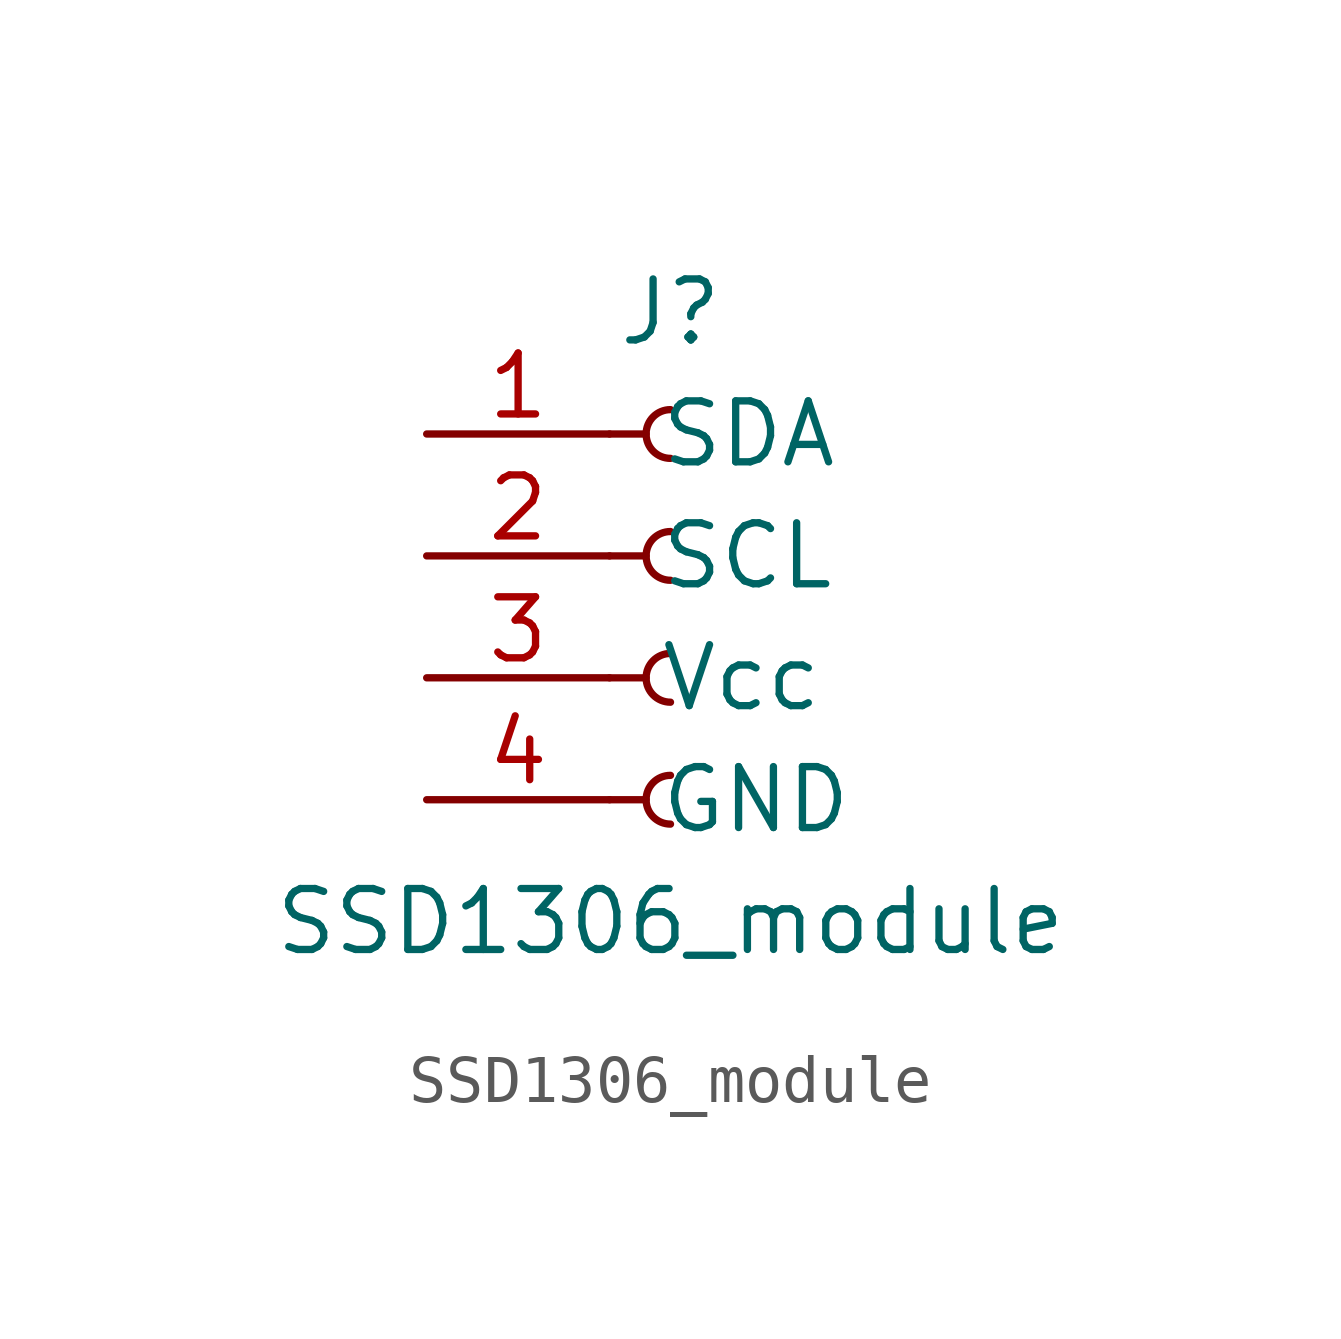
<source format=kicad_sym>
(kicad_symbol_lib
  (version 20211014)
  (generator kicad_symbol_editor)
  (symbol "SSD1306_module"
    (pin_names
      (offset 1.016))
    (property "Reference" "J"
      (at 0 5.08 0)
      (effects (font (size 1.27 1.27))))
    (property "Value" "SSD1306_module"
      (at 0 -7.62 0)
      (effects (font (size 1.27 1.27))))
    (symbol "SSD1306_module_1_1"
      (arc (start 0 -4.572) (mid -0.508 -5.08) (end 0 -5.588) (stroke (width 0.1524) (type default) (color 0 0 0 0)) (fill (type none)))
      (arc (start 0 -2.032) (mid -0.508 -2.54) (end 0 -3.048) (stroke (width 0.1524) (type default) (color 0 0 0 0)) (fill (type none)))
      (polyline (pts (xy -1.27 -5.08) (xy -0.508 -5.08)) (stroke (width 0.152) (type default) (color 0 0 0 0)) (fill (type none)))
      (polyline (pts (xy -1.27 -2.54) (xy -0.508 -2.54)) (stroke (width 0.152) (type default) (color 0 0 0 0)) (fill (type none)))
      (polyline (pts (xy -1.27 0) (xy -0.508 0)) (stroke (width 0.152) (type default) (color 0 0 0 0)) (fill (type none)))
      (polyline (pts (xy -1.27 2.54) (xy -0.508 2.54)) (stroke (width 0.152) (type default) (color 0 0 0 0)) (fill (type none)))
      (arc (start 0 0.508) (mid -0.508 0) (end 0 -0.508) (stroke (width 0.1524) (type default) (color 0 0 0 0)) (fill (type none)))
      (arc (start 0 3.048) (mid -0.508 2.54) (end 0 2.032) (stroke (width 0.1524) (type default) (color 0 0 0 0)) (fill (type none)))
      (pin bidirectional line (at -5.08 2.54 0) (length 3.81) (name "SDA" (effects (font (size 1.27 1.27)))) (number "1" (effects (font (size 1.27 1.27)))))
      (pin output line (at -5.08 0 0) (length 3.81) (name "SCL" (effects (font (size 1.27 1.27)))) (number "2" (effects (font (size 1.27 1.27)))))
      (pin power_out line (at -5.08 -2.54 0) (length 3.81) (name "Vcc" (effects (font (size 1.27 1.27)))) (number "3" (effects (font (size 1.27 1.27)))))
      (pin power_out line (at -5.08 -5.08 0) (length 3.81) (name "GND" (effects (font (size 1.27 1.27)))) (number "4" (effects (font (size 1.27 1.27))))))))
</source>
